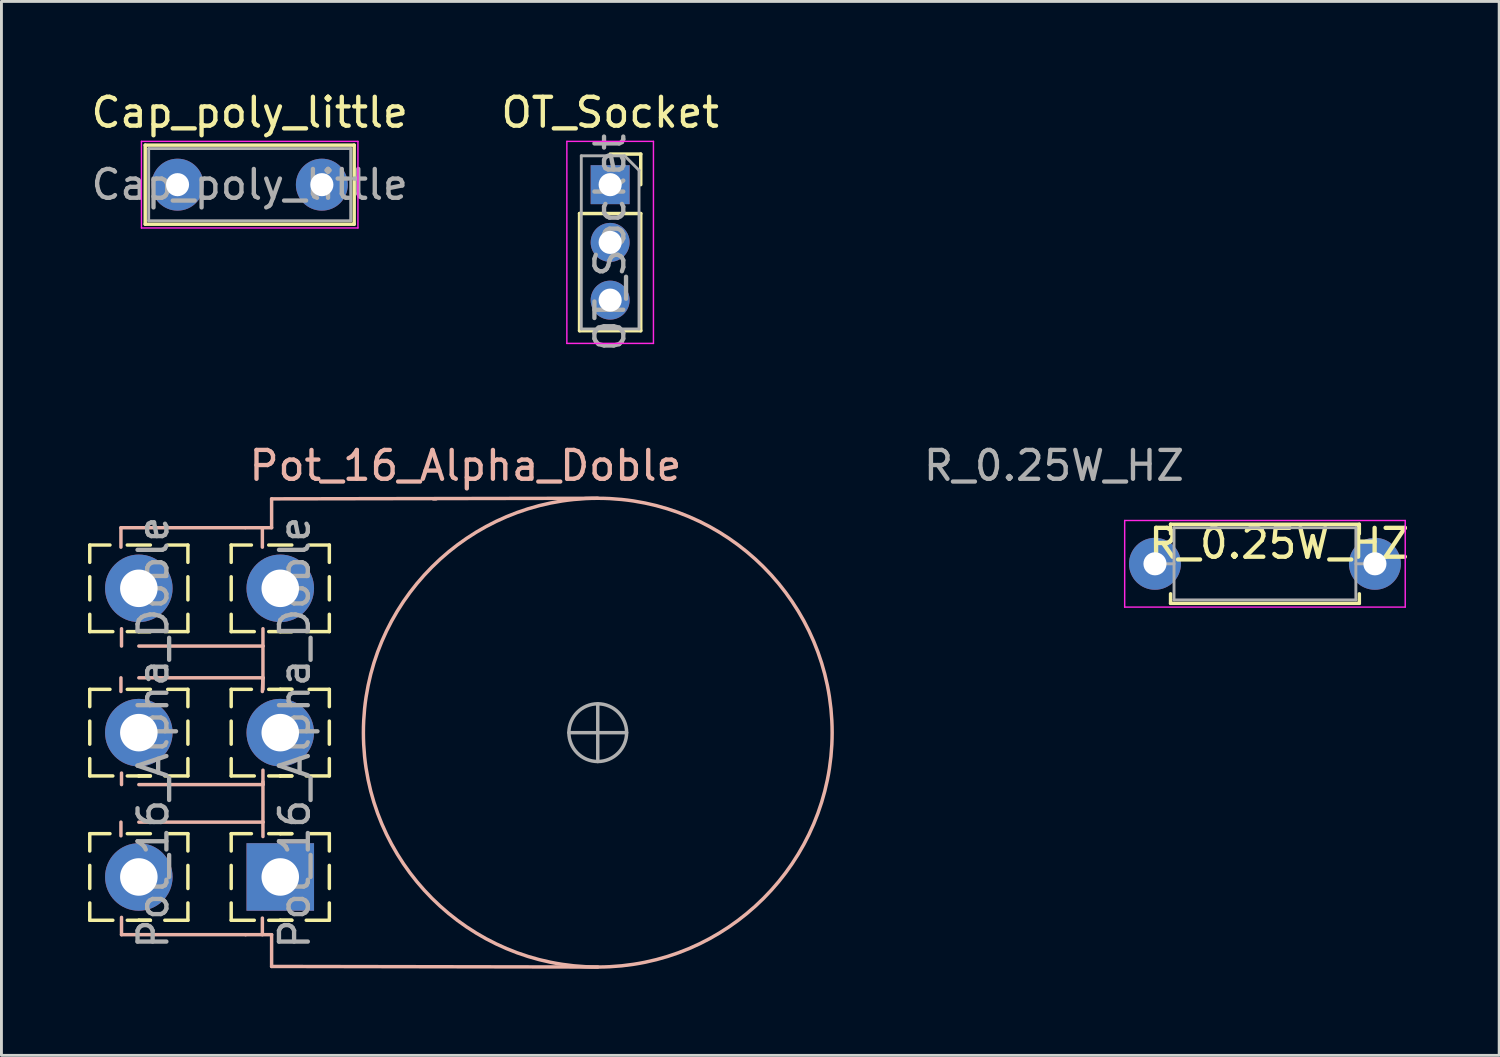
<source format=kicad_pcb>
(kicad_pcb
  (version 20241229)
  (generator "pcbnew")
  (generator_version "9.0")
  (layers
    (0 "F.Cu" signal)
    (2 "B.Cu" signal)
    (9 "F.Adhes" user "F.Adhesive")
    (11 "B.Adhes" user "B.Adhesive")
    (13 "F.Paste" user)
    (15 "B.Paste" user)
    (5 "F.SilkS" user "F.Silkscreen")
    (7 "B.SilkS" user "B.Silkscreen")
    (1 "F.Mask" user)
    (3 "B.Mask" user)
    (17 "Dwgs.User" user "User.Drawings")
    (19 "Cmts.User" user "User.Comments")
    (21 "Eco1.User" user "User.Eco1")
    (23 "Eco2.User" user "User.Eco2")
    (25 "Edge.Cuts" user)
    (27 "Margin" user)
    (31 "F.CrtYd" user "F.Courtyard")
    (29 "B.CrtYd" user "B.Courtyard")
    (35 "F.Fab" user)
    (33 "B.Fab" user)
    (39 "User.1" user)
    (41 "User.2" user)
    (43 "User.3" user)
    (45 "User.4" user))
  (footprint "Pot_16_Alpha_Doble"
    (layer "F.Cu")
    (at 6.06 27.333)
    (property "Reference" "Pot_16_Alpha_Doble" (at 7.015 -14.25 0) (layer "B.SilkS") (effects (font (size 1 1) (thickness 0.15))))
    (attr through_hole)
    (fp_line (start -6 -11.5) (end -5.3 -11.5) (stroke (width 0.12) (type solid)) (layer "F.SilkS"))
    (fp_line (start -6 -10.9) (end -6 -11.5) (stroke (width 0.12) (type solid)) (layer "F.SilkS"))
    (fp_line (start -6 -9.6) (end -6 -10.4) (stroke (width 0.12) (type solid)) (layer "F.SilkS"))
    (fp_line (start -6 -9.1) (end -6 -8.5) (stroke (width 0.12) (type solid)) (layer "F.SilkS"))
    (fp_line (start -6 -8.5) (end -5.2 -8.5) (stroke (width 0.12) (type solid)) (layer "F.SilkS"))
    (fp_line (start -6 -6.5) (end -5.3 -6.5) (stroke (width 0.12) (type solid)) (layer "F.SilkS"))
    (fp_line (start -6 -5.9) (end -6 -6.5) (stroke (width 0.12) (type solid)) (layer "F.SilkS"))
    (fp_line (start -6 -4.6) (end -6 -5.4) (stroke (width 0.12) (type solid)) (layer "F.SilkS"))
    (fp_line (start -6 -4.1) (end -6 -3.5) (stroke (width 0.12) (type solid)) (layer "F.SilkS"))
    (fp_line (start -6 -3.5) (end -5.2 -3.5) (stroke (width 0.12) (type solid)) (layer "F.SilkS"))
    (fp_line (start -6 -1.5) (end -5.3 -1.5) (stroke (width 0.12) (type solid)) (layer "F.SilkS"))
    (fp_line (start -6 -0.9) (end -6 -1.5) (stroke (width 0.12) (type solid)) (layer "F.SilkS"))
    (fp_line (start -6 0.4) (end -6 -0.4) (stroke (width 0.12) (type solid)) (layer "F.SilkS"))
    (fp_line (start -6 0.9) (end -6 1.5) (stroke (width 0.12) (type solid)) (layer "F.SilkS"))
    (fp_line (start -6 1.5) (end -5.2 1.5) (stroke (width 0.12) (type solid)) (layer "F.SilkS"))
    (fp_line (start -4.7 -11.5) (end -3.9 -11.5) (stroke (width 0.12) (type solid)) (layer "F.SilkS"))
    (fp_line (start -4.7 -6.5) (end -3.9 -6.5) (stroke (width 0.12) (type solid)) (layer "F.SilkS"))
    (fp_line (start -4.7 -1.5) (end -3.9 -1.5) (stroke (width 0.12) (type solid)) (layer "F.SilkS"))
    (fp_line (start -4.3 -8.5) (end -4.7 -8.5) (stroke (width 0.12) (type solid)) (layer "F.SilkS"))
    (fp_line (start -4.3 -8.5) (end -3.9 -8.5) (stroke (width 0.12) (type solid)) (layer "F.SilkS"))
    (fp_line (start -4.3 -3.5) (end -4.7 -3.5) (stroke (width 0.12) (type solid)) (layer "F.SilkS"))
    (fp_line (start -4.3 -3.5) (end -3.9 -3.5) (stroke (width 0.12) (type solid)) (layer "F.SilkS"))
    (fp_line (start -4.3 1.5) (end -4.7 1.5) (stroke (width 0.12) (type solid)) (layer "F.SilkS"))
    (fp_line (start -4.3 1.5) (end -3.9 1.5) (stroke (width 0.12) (type solid)) (layer "F.SilkS"))
    (fp_line (start -3.9 -8.5) (end -4.3 -8.5) (stroke (width 0.12) (type solid)) (layer "F.SilkS"))
    (fp_line (start -3.9 -3.5) (end -4.3 -3.5) (stroke (width 0.12) (type solid)) (layer "F.SilkS"))
    (fp_line (start -3.9 1.5) (end -4.3 1.5) (stroke (width 0.12) (type solid)) (layer "F.SilkS"))
    (fp_line (start -2.6 -11.5) (end -3.3 -11.5) (stroke (width 0.12) (type solid)) (layer "F.SilkS"))
    (fp_line (start -2.6 -10.9) (end -2.6 -11.5) (stroke (width 0.12) (type solid)) (layer "F.SilkS"))
    (fp_line (start -2.6 -10.4) (end -2.6 -9.6) (stroke (width 0.12) (type solid)) (layer "F.SilkS"))
    (fp_line (start -2.6 -9.1) (end -2.6 -8.5) (stroke (width 0.12) (type solid)) (layer "F.SilkS"))
    (fp_line (start -2.6 -8.5) (end -3.4 -8.5) (stroke (width 0.12) (type solid)) (layer "F.SilkS"))
    (fp_line (start -2.6 -6.5) (end -3.3 -6.5) (stroke (width 0.12) (type solid)) (layer "F.SilkS"))
    (fp_line (start -2.6 -5.9) (end -2.6 -6.5) (stroke (width 0.12) (type solid)) (layer "F.SilkS"))
    (fp_line (start -2.6 -5.4) (end -2.6 -4.6) (stroke (width 0.12) (type solid)) (layer "F.SilkS"))
    (fp_line (start -2.6 -4.1) (end -2.6 -3.5) (stroke (width 0.12) (type solid)) (layer "F.SilkS"))
    (fp_line (start -2.6 -3.5) (end -3.4 -3.5) (stroke (width 0.12) (type solid)) (layer "F.SilkS"))
    (fp_line (start -2.6 -1.5) (end -3.3 -1.5) (stroke (width 0.12) (type solid)) (layer "F.SilkS"))
    (fp_line (start -2.6 -0.9) (end -2.6 -1.5) (stroke (width 0.12) (type solid)) (layer "F.SilkS"))
    (fp_line (start -2.6 -0.4) (end -2.6 0.4) (stroke (width 0.12) (type solid)) (layer "F.SilkS"))
    (fp_line (start -2.6 0.9) (end -2.6 1.5) (stroke (width 0.12) (type solid)) (layer "F.SilkS"))
    (fp_line (start -2.6 1.5) (end -3.4 1.5) (stroke (width 0.12) (type solid)) (layer "F.SilkS"))
    (fp_line (start -1.1 -11.5) (end -0.4 -11.5) (stroke (width 0.12) (type solid)) (layer "F.SilkS"))
    (fp_line (start -1.1 -10.9) (end -1.1 -11.5) (stroke (width 0.12) (type solid)) (layer "F.SilkS"))
    (fp_line (start -1.1 -9.6) (end -1.1 -10.4) (stroke (width 0.12) (type solid)) (layer "F.SilkS"))
    (fp_line (start -1.1 -9.1) (end -1.1 -8.5) (stroke (width 0.12) (type solid)) (layer "F.SilkS"))
    (fp_line (start -1.1 -8.5) (end -0.3 -8.5) (stroke (width 0.12) (type solid)) (layer "F.SilkS"))
    (fp_line (start -1.1 -6.5) (end -0.4 -6.5) (stroke (width 0.12) (type solid)) (layer "F.SilkS"))
    (fp_line (start -1.1 -5.9) (end -1.1 -6.5) (stroke (width 0.12) (type solid)) (layer "F.SilkS"))
    (fp_line (start -1.1 -4.6) (end -1.1 -5.4) (stroke (width 0.12) (type solid)) (layer "F.SilkS"))
    (fp_line (start -1.1 -4.1) (end -1.1 -3.5) (stroke (width 0.12) (type solid)) (layer "F.SilkS"))
    (fp_line (start -1.1 -3.5) (end -0.3 -3.5) (stroke (width 0.12) (type solid)) (layer "F.SilkS"))
    (fp_line (start -1.1 -1.5) (end -0.4 -1.5) (stroke (width 0.12) (type solid)) (layer "F.SilkS"))
    (fp_line (start -1.1 -0.9) (end -1.1 -1.5) (stroke (width 0.12) (type solid)) (layer "F.SilkS"))
    (fp_line (start -1.1 0.4) (end -1.1 -0.4) (stroke (width 0.12) (type solid)) (layer "F.SilkS"))
    (fp_line (start -1.1 0.9) (end -1.1 1.5) (stroke (width 0.12) (type solid)) (layer "F.SilkS"))
    (fp_line (start -1.1 1.5) (end -0.3 1.5) (stroke (width 0.12) (type solid)) (layer "F.SilkS"))
    (fp_line (start 0.2 -11.5) (end 1 -11.5) (stroke (width 0.12) (type solid)) (layer "F.SilkS"))
    (fp_line (start 0.6 -8.5) (end 0.2 -8.5) (stroke (width 0.12) (type solid)) (layer "F.SilkS"))
    (fp_line (start 0.6 -8.5) (end 1 -8.5) (stroke (width 0.12) (type solid)) (layer "F.SilkS"))
    (fp_line (start 0.6 -6.5) (end 0.2 -6.5) (stroke (width 0.12) (type solid)) (layer "F.SilkS"))
    (fp_line (start 0.6 -6.5) (end 1 -6.5) (stroke (width 0.12) (type solid)) (layer "F.SilkS"))
    (fp_line (start 0.6 -3.5) (end 0.2 -3.5) (stroke (width 0.12) (type solid)) (layer "F.SilkS"))
    (fp_line (start 0.6 -3.5) (end 1 -3.5) (stroke (width 0.12) (type solid)) (layer "F.SilkS"))
    (fp_line (start 0.6 -1.5) (end 0.2 -1.5) (stroke (width 0.12) (type solid)) (layer "F.SilkS"))
    (fp_line (start 0.6 -1.5) (end 1 -1.5) (stroke (width 0.12) (type solid)) (layer "F.SilkS"))
    (fp_line (start 0.6 1.5) (end 0.2 1.5) (stroke (width 0.12) (type solid)) (layer "F.SilkS"))
    (fp_line (start 0.6 1.5) (end 1 1.5) (stroke (width 0.12) (type solid)) (layer "F.SilkS"))
    (fp_line (start 1 -8.5) (end 0.6 -8.5) (stroke (width 0.12) (type solid)) (layer "F.SilkS"))
    (fp_line (start 1 -6.5) (end 0.6 -6.5) (stroke (width 0.12) (type solid)) (layer "F.SilkS"))
    (fp_line (start 1 -3.5) (end 0.6 -3.5) (stroke (width 0.12) (type solid)) (layer "F.SilkS"))
    (fp_line (start 1 -1.5) (end 0.6 -1.5) (stroke (width 0.12) (type solid)) (layer "F.SilkS"))
    (fp_line (start 1 1.5) (end 0.6 1.5) (stroke (width 0.12) (type solid)) (layer "F.SilkS"))
    (fp_line (start 2.3 -11.5) (end 1.6 -11.5) (stroke (width 0.12) (type solid)) (layer "F.SilkS"))
    (fp_line (start 2.3 -10.9) (end 2.3 -11.5) (stroke (width 0.12) (type solid)) (layer "F.SilkS"))
    (fp_line (start 2.3 -10.4) (end 2.3 -9.6) (stroke (width 0.12) (type solid)) (layer "F.SilkS"))
    (fp_line (start 2.3 -9.1) (end 2.3 -8.5) (stroke (width 0.12) (type solid)) (layer "F.SilkS"))
    (fp_line (start 2.3 -8.5) (end 1.5 -8.5) (stroke (width 0.12) (type solid)) (layer "F.SilkS"))
    (fp_line (start 2.3 -6.5) (end 1.6 -6.5) (stroke (width 0.12) (type solid)) (layer "F.SilkS"))
    (fp_line (start 2.3 -5.9) (end 2.3 -6.5) (stroke (width 0.12) (type solid)) (layer "F.SilkS"))
    (fp_line (start 2.3 -5.4) (end 2.3 -4.6) (stroke (width 0.12) (type solid)) (layer "F.SilkS"))
    (fp_line (start 2.3 -4.1) (end 2.3 -3.5) (stroke (width 0.12) (type solid)) (layer "F.SilkS"))
    (fp_line (start 2.3 -3.5) (end 1.5 -3.5) (stroke (width 0.12) (type solid)) (layer "F.SilkS"))
    (fp_line (start 2.3 -1.5) (end 1.6 -1.5) (stroke (width 0.12) (type solid)) (layer "F.SilkS"))
    (fp_line (start 2.3 -0.9) (end 2.3 -1.5) (stroke (width 0.12) (type solid)) (layer "F.SilkS"))
    (fp_line (start 2.3 -0.4) (end 2.3 0.4) (stroke (width 0.12) (type solid)) (layer "F.SilkS"))
    (fp_line (start 2.3 0.9) (end 2.3 1.5) (stroke (width 0.12) (type solid)) (layer "F.SilkS"))
    (fp_line (start 2.3 1.5) (end 1.5 1.5) (stroke (width 0.12) (type solid)) (layer "F.SilkS"))
    (fp_line (start -4.92 -12.1) (end -4.92 -11.426) (stroke (width 0.12) (type solid)) (layer "B.SilkS"))
    (fp_line (start -4.92 -12.1) (end -0.62 -12.1) (stroke (width 0.12) (type solid)) (layer "B.SilkS"))
    (fp_line (start -4.92 -6.9) (end -4.92 -6.426) (stroke (width 0.12) (type solid)) (layer "B.SilkS"))
    (fp_line (start -4.92 -1.9) (end -4.92 -1.426) (stroke (width 0.12) (type solid)) (layer "B.SilkS"))
    (fp_line (start -4.9 -8) (end -4.9 -8.6) (stroke (width 0.12) (type solid)) (layer "B.SilkS"))
    (fp_line (start -4.9 -3.2) (end -4.9 -3.6) (stroke (width 0.12) (type solid)) (layer "B.SilkS"))
    (fp_line (start -4.9 2) (end -4.9 1.4) (stroke (width 0.12) (type solid)) (layer "B.SilkS"))
    (fp_line (start -0.6 -12.1) (end 0.3 -12.1) (stroke (width 0.12) (type solid)) (layer "B.SilkS"))
    (fp_line (start -0.6 2) (end -4.9 2) (stroke (width 0.12) (type solid)) (layer "B.SilkS"))
    (fp_line (start -0.6 2) (end 0.3 2) (stroke (width 0.12) (type solid)) (layer "B.SilkS"))
    (fp_line (start -0.02 -12.1) (end -0.02 -11.426) (stroke (width 0.12) (type solid)) (layer "B.SilkS"))
    (fp_line (start -0.02 1.425) (end -0.02 2) (stroke (width 0.12) (type solid)) (layer "B.SilkS"))
    (fp_line (start 0 -8) (end -4.3 -8) (stroke (width 0.12) (type solid)) (layer "B.SilkS"))
    (fp_line (start 0 -8) (end 0 -8.6) (stroke (width 0.12) (type solid)) (layer "B.SilkS"))
    (fp_line (start 0 -8) (end 0 -6.9) (stroke (width 0.12) (type solid)) (layer "B.SilkS"))
    (fp_line (start 0 -6.9) (end -4.3 -6.9) (stroke (width 0.12) (type solid)) (layer "B.SilkS"))
    (fp_line (start 0 -6.9) (end -0.02 -6.425) (stroke (width 0.12) (type solid)) (layer "B.SilkS"))
    (fp_line (start 0 -6.9) (end 0 -6.5) (stroke (width 0.12) (type solid)) (layer "B.SilkS"))
    (fp_line (start 0 -3.3) (end 0 -1.9) (stroke (width 0.12) (type solid)) (layer "B.SilkS"))
    (fp_line (start 0 -3.2) (end -4.3 -3.2) (stroke (width 0.12) (type solid)) (layer "B.SilkS"))
    (fp_line (start 0 -3.2) (end 0 -3.7) (stroke (width 0.12) (type solid)) (layer "B.SilkS"))
    (fp_line (start 0 -1.9) (end -4.3 -1.9) (stroke (width 0.12) (type solid)) (layer "B.SilkS"))
    (fp_line (start 0 -1.9) (end 0 -1.4) (stroke (width 0.12) (type solid)) (layer "B.SilkS"))
    (fp_line (start 0.3 -13.1) (end 0.3 -12.1) (stroke (width 0.12) (type solid)) (layer "B.SilkS"))
    (fp_line (start 0.3 3.1) (end 0.3 2) (stroke (width 0.12) (type solid)) (layer "B.SilkS"))
    (fp_line (start 0.3 3.1) (end 11.6 3.12) (stroke (width 0.12) (type solid)) (layer "B.SilkS"))
    (fp_line (start 6 -13.1) (end 5.9 -13.1) (stroke (width 0.12) (type solid)) (layer "B.SilkS"))
    (fp_line (start 11.6 -13.12) (end 0.3 -13.1) (stroke (width 0.12) (type solid)) (layer "B.SilkS"))
    (fp_circle (center 11.6 -5) (end 19.72 -5) (stroke (width 0.12) (type solid)) (fill no) (layer "B.SilkS"))
    (fp_line (start 10.6 -5) (end 12.6 -5) (stroke (width 0.12) (type solid)) (layer "F.Fab"))
    (fp_line (start 11.6 -6) (end 11.6 -4) (stroke (width 0.12) (type solid)) (layer "F.Fab"))
    (fp_circle (center 11.6 -5) (end 10.6 -5) (stroke (width 0.12) (type solid)) (fill no) (layer "F.Fab"))
    (fp_text user "${REFERENCE}" (at 1.1 -5 90) (layer "F.Fab") (effects (font (size 1 1) (thickness 0.15))))
    (fp_text user "${REFERENCE}" (at -3.8 -5 90) (layer "F.Fab") (effects (font (size 1 1) (thickness 0.15))))
    (pad "1" thru_hole rect (at 0.6 0) (size 2.34 2.34) (drill 1.3) (layers "*.Cu" "*.Mask"))
    (pad "2" thru_hole circle (at 0.6 -5) (size 2.34 2.34) (drill 1.3) (layers "*.Cu" "*.Mask"))
    (pad "3" thru_hole circle (at 0.6 -10) (size 2.34 2.34) (drill 1.3) (layers "*.Cu" "*.Mask"))
    (pad "4" thru_hole circle (at -4.3 0) (size 2.34 2.34) (drill 1.3) (layers "*.Cu" "*.Mask"))
    (pad "5" thru_hole circle (at -4.3 -5) (size 2.34 2.34) (drill 1.3) (layers "*.Cu" "*.Mask"))
    (pad "6" thru_hole circle (at -4.3 -10) (size 2.34 2.34) (drill 1.3) (layers "*.Cu" "*.Mask")))
  (footprint "Cap_poly_little"
    (layer "F.Cu")
    (at 3.101 3.348)
    (property "Reference" "Cap_poly_little" (at 2.5 -2.5 0) (layer "F.SilkS") (effects (font (size 1 1) (thickness 0.15))))
    (attr through_hole)
    (fp_line (start -1.12 -1.37) (end -1.12 1.37) (stroke (width 0.12) (type solid)) (layer "F.SilkS"))
    (fp_line (start -1.12 -1.37) (end 6.12 -1.37) (stroke (width 0.12) (type solid)) (layer "F.SilkS"))
    (fp_line (start -1.12 1.37) (end 6.12 1.37) (stroke (width 0.12) (type solid)) (layer "F.SilkS"))
    (fp_line (start 6.12 -1.37) (end 6.12 1.37) (stroke (width 0.12) (type solid)) (layer "F.SilkS"))
    (fp_line (start -1.25 -1.5) (end -1.25 1.5) (stroke (width 0.05) (type solid)) (layer "F.CrtYd"))
    (fp_line (start -1.25 1.5) (end 6.25 1.5) (stroke (width 0.05) (type solid)) (layer "F.CrtYd"))
    (fp_line (start 6.25 -1.5) (end -1.25 -1.5) (stroke (width 0.05) (type solid)) (layer "F.CrtYd"))
    (fp_line (start 6.25 1.5) (end 6.25 -1.5) (stroke (width 0.05) (type solid)) (layer "F.CrtYd"))
    (fp_line (start -1 -1.25) (end -1 1.25) (stroke (width 0.1) (type solid)) (layer "F.Fab"))
    (fp_line (start -1 1.25) (end 6 1.25) (stroke (width 0.1) (type solid)) (layer "F.Fab"))
    (fp_line (start 6 -1.25) (end -1 -1.25) (stroke (width 0.1) (type solid)) (layer "F.Fab"))
    (fp_line (start 6 1.25) (end 6 -1.25) (stroke (width 0.1) (type solid)) (layer "F.Fab"))
    (fp_text user "${REFERENCE}" (at 2.5 0 0) (layer "F.Fab") (effects (font (size 1 1) (thickness 0.15))))
    (pad "1" thru_hole circle (at 0 0) (size 1.8 1.8) (drill 0.8) (layers "*.Cu" "*.Mask"))
    (pad "2" thru_hole circle (at 5 0) (size 1.8 1.8) (drill 0.8) (layers "*.Cu" "*.Mask")))
  (footprint "R_0.25W_HZ"
    (layer "F.Cu")
    (at 36.965 16.483)
    (property "Reference" "R_0.25W_HZ" (at 4.3 -0.7 0) (layer "F.SilkS") (effects (font (size 1 1) (thickness 0.15))))
    (attr through_hole)
    (fp_line (start 0.54 -1.37) (end 7.08 -1.37) (stroke (width 0.12) (type solid)) (layer "F.SilkS"))
    (fp_line (start 0.54 -1.04) (end 0.54 -1.37) (stroke (width 0.12) (type solid)) (layer "F.SilkS"))
    (fp_line (start 0.54 1.04) (end 0.54 1.37) (stroke (width 0.12) (type solid)) (layer "F.SilkS"))
    (fp_line (start 0.54 1.37) (end 7.08 1.37) (stroke (width 0.12) (type solid)) (layer "F.SilkS"))
    (fp_line (start 7.08 -1.37) (end 7.08 -1.04) (stroke (width 0.12) (type solid)) (layer "F.SilkS"))
    (fp_line (start 7.08 1.37) (end 7.08 1.04) (stroke (width 0.12) (type solid)) (layer "F.SilkS"))
    (fp_line (start -1.05 -1.5) (end -1.05 1.5) (stroke (width 0.05) (type solid)) (layer "F.CrtYd"))
    (fp_line (start -1.05 1.5) (end 8.67 1.5) (stroke (width 0.05) (type solid)) (layer "F.CrtYd"))
    (fp_line (start 8.67 -1.5) (end -1.05 -1.5) (stroke (width 0.05) (type solid)) (layer "F.CrtYd"))
    (fp_line (start 8.67 1.5) (end 8.67 -1.5) (stroke (width 0.05) (type solid)) (layer "F.CrtYd"))
    (fp_line (start 0 0) (end 0.66 0) (stroke (width 0.1) (type solid)) (layer "F.Fab"))
    (fp_line (start 0.66 -1.25) (end 0.66 1.25) (stroke (width 0.1) (type solid)) (layer "F.Fab"))
    (fp_line (start 0.66 1.25) (end 6.96 1.25) (stroke (width 0.1) (type solid)) (layer "F.Fab"))
    (fp_line (start 6.96 -1.25) (end 0.66 -1.25) (stroke (width 0.1) (type solid)) (layer "F.Fab"))
    (fp_line (start 6.96 1.25) (end 6.96 -1.25) (stroke (width 0.1) (type solid)) (layer "F.Fab"))
    (fp_line (start 7.62 0) (end 6.96 0) (stroke (width 0.1) (type solid)) (layer "F.Fab"))
    (fp_text user "${REFERENCE}" (at -3.5 -3.4 0) (layer "F.Fab") (effects (font (size 1 1) (thickness 0.15))))
    (pad "1" thru_hole circle (at 0 0) (size 1.8 1.8) (drill 0.8) (layers "*.Cu" "*.Mask"))
    (pad "2" thru_hole oval (at 7.62 0) (size 1.8 1.8) (drill 0.8) (layers "*.Cu" "*.Mask")))
  (footprint "OT_Socket"
    (layer "F.Cu")
    (at 18.089 3.348)
    (property "Reference" "OT_Socket" (at 0 -2.5 0) (layer "F.SilkS") (effects (font (size 1 1) (thickness 0.15))))
    (attr through_hole)
    (fp_line (start -1.06 1) (end -1.06 5.06) (stroke (width 0.12) (type solid)) (layer "F.SilkS"))
    (fp_line (start -1.06 1) (end 1.06 1) (stroke (width 0.12) (type solid)) (layer "F.SilkS"))
    (fp_line (start -1.06 5.06) (end 1.06 5.06) (stroke (width 0.12) (type solid)) (layer "F.SilkS"))
    (fp_line (start 0 -1.06) (end 1.06 -1.06) (stroke (width 0.12) (type solid)) (layer "F.SilkS"))
    (fp_line (start 1.06 -1.06) (end 1.06 0) (stroke (width 0.12) (type solid)) (layer "F.SilkS"))
    (fp_line (start 1.06 1) (end 1.06 5.06) (stroke (width 0.12) (type solid)) (layer "F.SilkS"))
    (fp_line (start -1.5 -1.5) (end 1.5 -1.5) (stroke (width 0.05) (type solid)) (layer "F.CrtYd"))
    (fp_line (start -1.5 5.5) (end -1.5 -1.5) (stroke (width 0.05) (type solid)) (layer "F.CrtYd"))
    (fp_line (start 1.5 -1.5) (end 1.5 5.5) (stroke (width 0.05) (type solid)) (layer "F.CrtYd"))
    (fp_line (start 1.5 5.5) (end -1.5 5.5) (stroke (width 0.05) (type solid)) (layer "F.CrtYd"))
    (fp_line (start -1 -1) (end 0.5 -1) (stroke (width 0.1) (type solid)) (layer "F.Fab"))
    (fp_line (start -1 5) (end -1 -1) (stroke (width 0.1) (type solid)) (layer "F.Fab"))
    (fp_line (start 0.5 -1) (end 1 -0.5) (stroke (width 0.1) (type solid)) (layer "F.Fab"))
    (fp_line (start 1 -0.5) (end 1 5) (stroke (width 0.1) (type solid)) (layer "F.Fab"))
    (fp_line (start 1 5) (end -1 5) (stroke (width 0.1) (type solid)) (layer "F.Fab"))
    (fp_text user "${REFERENCE}" (at 0 2 90) (layer "F.Fab") (effects (font (size 1 1) (thickness 0.15))))
    (pad "1" thru_hole rect (at 0 0) (size 1.35 1.35) (drill 0.8) (layers "*.Cu" "*.Mask"))
    (pad "2" thru_hole oval (at 0 2) (size 1.35 1.35) (drill 0.8) (layers "*.Cu" "*.Mask"))
    (pad "3" thru_hole oval (at 0 4) (size 1.35 1.35) (drill 0.8) (layers "*.Cu" "*.Mask")))
  (gr_rect
    (start -3 -3)
    (end 48.89 33.513)
    (stroke (width 0.1) (type default))
    (fill no)
    (layer "Edge.Cuts")))
</source>
